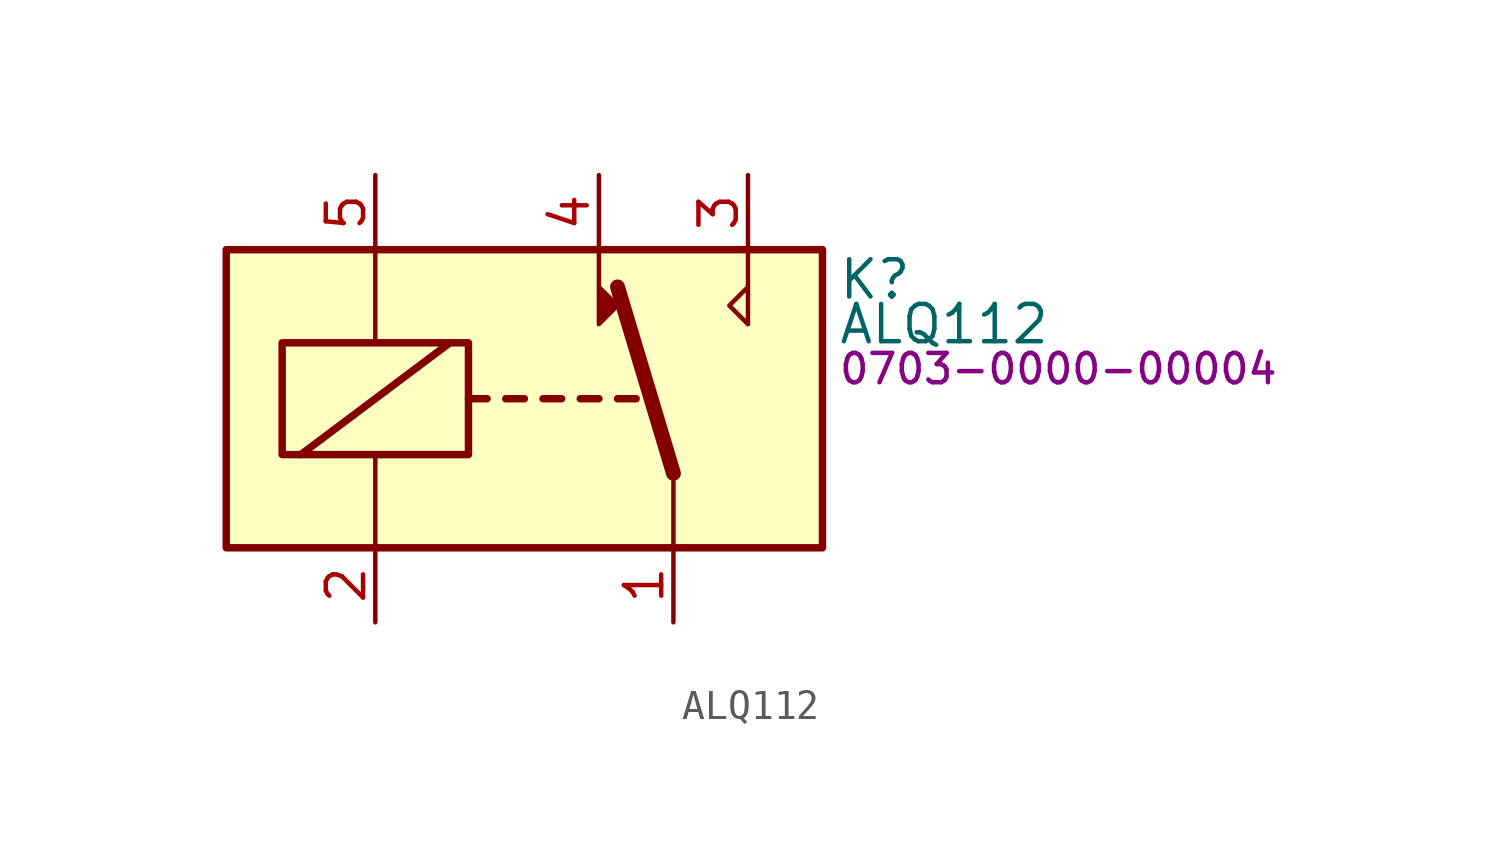
<source format=kicad_sym>
(kicad_symbol_lib
  (version 20231120)
  (generator "kicad_symbol_editor")
  (generator_version "8.0")
  (symbol "ALQ112"
    (property "Reference" "K"
      (at 10.668 4.064 0)
      (effects (font (size 1.27 1.27)) (justify left)))
    (property "Value" "ALQ112"
      (at 10.668 2.54 0)
      (effects (font (size 1.27 1.27)) (justify left)))
    (property "PartNumber" "0703-0000-00004"
      (at 10.668 1.016 0)
      (effects (font (size 1 1)) (justify left)))
    (symbol "ALQ112_0_0"
      (polyline (pts (xy 7.62 5.08) (xy 7.62 2.54) (xy 6.985 3.175) (xy 7.62 3.81)) (stroke (width 0) (type default)) (fill (type none))))
    (symbol "ALQ112_0_1"
      (rectangle (start -10.16 5.08) (end 10.16 -5.08) (stroke (width 0.254) (type default)) (fill (type background)))
      (rectangle (start -8.255 1.905) (end -1.905 -1.905) (stroke (width 0.254) (type default)) (fill (type none)))
      (polyline (pts (xy -7.62 -1.905) (xy -2.54 1.905)) (stroke (width 0.254) (type default)) (fill (type none)))
      (polyline (pts (xy -5.08 -5.08) (xy -5.08 -1.905)) (stroke (width 0) (type default)) (fill (type none)))
      (polyline (pts (xy -5.08 5.08) (xy -5.08 1.905)) (stroke (width 0) (type default)) (fill (type none)))
      (polyline (pts (xy -1.905 0) (xy -1.27 0)) (stroke (width 0.254) (type default)) (fill (type none)))
      (polyline (pts (xy -0.635 0) (xy 0 0)) (stroke (width 0.254) (type default)) (fill (type none)))
      (polyline (pts (xy 0.635 0) (xy 1.27 0)) (stroke (width 0.254) (type default)) (fill (type none)))
      (polyline (pts (xy 1.905 0) (xy 2.54 0)) (stroke (width 0.254) (type default)) (fill (type none)))
      (polyline (pts (xy 3.175 0) (xy 3.81 0)) (stroke (width 0.254) (type default)) (fill (type none)))
      (polyline (pts (xy 5.08 -2.54) (xy 3.175 3.81)) (stroke (width 0.508) (type default)) (fill (type none)))
      (polyline (pts (xy 5.08 -2.54) (xy 5.08 -5.08)) (stroke (width 0) (type default)) (fill (type none)))
      (polyline (pts (xy 2.54 5.08) (xy 2.54 2.54) (xy 3.175 3.175) (xy 2.54 3.81)) (stroke (width 0) (type default)) (fill (type outline))))
    (symbol "ALQ112_1_1"
      (pin passive line (at 5.08 -7.62 90) (length 2.54) (name "~" (effects (font (size 1.27 1.27)))) (number "1" (effects (font (size 1.27 1.27)))))
      (pin passive line (at -5.08 -7.62 90) (length 2.54) (name "~" (effects (font (size 1.27 1.27)))) (number "2" (effects (font (size 1.27 1.27)))))
      (pin passive line (at 7.62 7.62 270) (length 2.54) (name "~" (effects (font (size 1.27 1.27)))) (number "3" (effects (font (size 1.27 1.27)))))
      (pin passive line (at 2.54 7.62 270) (length 2.54) (name "~" (effects (font (size 1.27 1.27)))) (number "4" (effects (font (size 1.27 1.27)))))
      (pin passive line (at -5.08 7.62 270) (length 2.54) (name "~" (effects (font (size 1.27 1.27)))) (number "5" (effects (font (size 1.27 1.27))))))))
</source>
